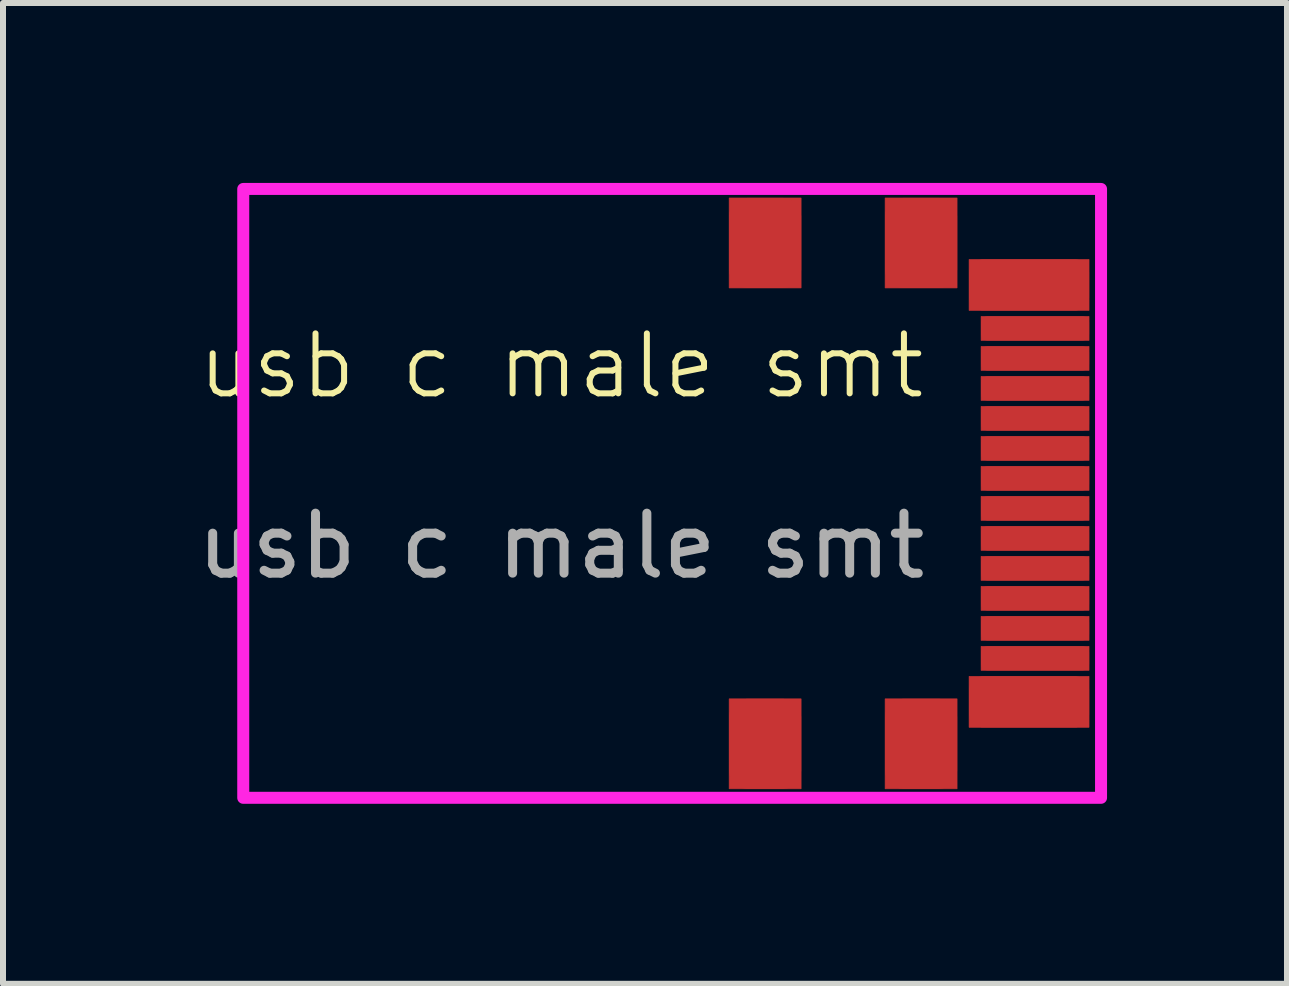
<source format=kicad_pcb>
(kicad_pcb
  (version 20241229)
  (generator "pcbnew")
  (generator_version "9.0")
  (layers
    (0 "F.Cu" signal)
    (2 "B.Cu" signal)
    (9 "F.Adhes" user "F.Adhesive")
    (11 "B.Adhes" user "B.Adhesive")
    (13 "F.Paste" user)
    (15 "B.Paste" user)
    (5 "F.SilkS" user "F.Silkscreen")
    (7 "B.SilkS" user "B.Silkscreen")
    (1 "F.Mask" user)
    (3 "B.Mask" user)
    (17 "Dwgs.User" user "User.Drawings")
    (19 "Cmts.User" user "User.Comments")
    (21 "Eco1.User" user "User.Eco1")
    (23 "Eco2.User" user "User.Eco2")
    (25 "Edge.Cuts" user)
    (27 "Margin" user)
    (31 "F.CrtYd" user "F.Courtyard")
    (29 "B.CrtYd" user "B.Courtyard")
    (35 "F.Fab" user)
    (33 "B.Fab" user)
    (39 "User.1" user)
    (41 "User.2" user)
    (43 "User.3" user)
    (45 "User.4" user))
  (footprint "usb c male smt"
    (layer "F.Cu")
    (at 8.505 0.25)
    (property "Reference" "usb c male smt" (at -2.2 2.8 0) (unlocked yes) (layer "F.SilkS") (effects (font (size 1 1) (thickness 0.1))))
    (attr smd)
    (fp_rect (start 0.6 0) (end 1.8 1.5) (stroke (width 0.01) (type solid)) (fill yes) (layer "F.Cu"))
    (fp_rect (start 0.6 8.35) (end 1.8 9.85) (stroke (width 0.01) (type solid)) (fill yes) (layer "F.Cu"))
    (fp_rect (start 3.2 0) (end 4.4 1.5) (stroke (width 0.01) (type solid)) (fill yes) (layer "F.Cu"))
    (fp_rect (start 3.2 8.35) (end 4.4 9.85) (stroke (width 0.01) (type solid)) (fill yes) (layer "F.Cu"))
    (fp_rect (start 4.6 1.875) (end 6.6 1.025) (stroke (width 0.01) (type solid)) (fill yes) (layer "F.Cu"))
    (fp_rect (start 4.6 8.825) (end 6.6 7.975) (stroke (width 0.01) (type solid)) (fill yes) (layer "F.Cu"))
    (fp_rect (start 4.8 1.975) (end 6.6 2.375) (stroke (width 0.01) (type solid)) (fill yes) (layer "F.Cu"))
    (fp_rect (start 4.8 2.475) (end 6.6 2.875) (stroke (width 0.01) (type solid)) (fill yes) (layer "F.Cu"))
    (fp_rect (start 4.8 2.975) (end 6.6 3.375) (stroke (width 0.01) (type solid)) (fill yes) (layer "F.Cu"))
    (fp_rect (start 4.8 3.475) (end 6.6 3.875) (stroke (width 0.01) (type solid)) (fill yes) (layer "F.Cu"))
    (fp_rect (start 4.8 3.975) (end 6.6 4.375) (stroke (width 0.01) (type solid)) (fill yes) (layer "F.Cu"))
    (fp_rect (start 4.8 4.475) (end 6.6 4.875) (stroke (width 0.01) (type solid)) (fill yes) (layer "F.Cu"))
    (fp_rect (start 4.8 4.975) (end 6.6 5.375) (stroke (width 0.01) (type solid)) (fill yes) (layer "F.Cu"))
    (fp_rect (start 4.8 5.475) (end 6.6 5.875) (stroke (width 0.01) (type solid)) (fill yes) (layer "F.Cu"))
    (fp_rect (start 4.8 5.975) (end 6.6 6.375) (stroke (width 0.01) (type solid)) (fill yes) (layer "F.Cu"))
    (fp_rect (start 4.8 6.475) (end 6.6 6.875) (stroke (width 0.01) (type solid)) (fill yes) (layer "F.Cu"))
    (fp_rect (start 4.8 6.975) (end 6.6 7.375) (stroke (width 0.01) (type solid)) (fill yes) (layer "F.Cu"))
    (fp_rect (start 4.8 7.475) (end 6.6 7.875) (stroke (width 0.01) (type solid)) (fill yes) (layer "F.Cu"))
    (fp_rect (start 0.6 0) (end 1.8 1.5) (stroke (width 0.01) (type solid)) (fill yes) (layer "F.Mask"))
    (fp_rect (start 0.6 8.35) (end 1.8 9.85) (stroke (width 0.01) (type solid)) (fill yes) (layer "F.Mask"))
    (fp_rect (start 3.2 0) (end 4.4 1.5) (stroke (width 0.01) (type solid)) (fill yes) (layer "F.Mask"))
    (fp_rect (start 3.2 8.35) (end 4.4 9.85) (stroke (width 0.01) (type solid)) (fill yes) (layer "F.Mask"))
    (fp_rect (start 4.6 1.875) (end 6.6 1.025) (stroke (width 0.01) (type solid)) (fill yes) (layer "F.Mask"))
    (fp_rect (start 4.6 8.825) (end 6.6 7.975) (stroke (width 0.01) (type solid)) (fill yes) (layer "F.Mask"))
    (fp_rect (start 4.8 1.975) (end 6.6 2.375) (stroke (width 0.01) (type solid)) (fill yes) (layer "F.Mask"))
    (fp_rect (start 4.8 2.475) (end 6.6 2.875) (stroke (width 0.01) (type solid)) (fill yes) (layer "F.Mask"))
    (fp_rect (start 4.8 2.975) (end 6.6 3.375) (stroke (width 0.01) (type solid)) (fill yes) (layer "F.Mask"))
    (fp_rect (start 4.8 3.475) (end 6.6 3.875) (stroke (width 0.01) (type solid)) (fill yes) (layer "F.Mask"))
    (fp_rect (start 4.8 3.975) (end 6.6 4.375) (stroke (width 0.01) (type solid)) (fill yes) (layer "F.Mask"))
    (fp_rect (start 4.8 4.475) (end 6.6 4.875) (stroke (width 0.01) (type solid)) (fill yes) (layer "F.Mask"))
    (fp_rect (start 4.8 4.975) (end 6.6 5.375) (stroke (width 0.01) (type solid)) (fill yes) (layer "F.Mask"))
    (fp_rect (start 4.8 5.475) (end 6.6 5.875) (stroke (width 0.01) (type solid)) (fill yes) (layer "F.Mask"))
    (fp_rect (start 4.8 5.975) (end 6.6 6.375) (stroke (width 0.01) (type solid)) (fill yes) (layer "F.Mask"))
    (fp_rect (start 4.8 6.475) (end 6.6 6.875) (stroke (width 0.01) (type solid)) (fill yes) (layer "F.Mask"))
    (fp_rect (start 4.8 6.975) (end 6.6 7.375) (stroke (width 0.01) (type solid)) (fill yes) (layer "F.Mask"))
    (fp_rect (start 4.8 7.475) (end 6.6 7.875) (stroke (width 0.01) (type solid)) (fill yes) (layer "F.Mask"))
    (fp_rect (start 0.6 0) (end 1.8 1.5) (stroke (width 0.01) (type solid)) (fill yes) (layer "F.Paste"))
    (fp_rect (start 0.6 8.35) (end 1.8 9.85) (stroke (width 0.01) (type solid)) (fill yes) (layer "F.Paste"))
    (fp_rect (start 3.2 0) (end 4.4 1.5) (stroke (width 0.01) (type solid)) (fill yes) (layer "F.Paste"))
    (fp_rect (start 3.2 8.35) (end 4.4 9.85) (stroke (width 0.01) (type solid)) (fill yes) (layer "F.Paste"))
    (fp_rect (start 4.6 1.875) (end 6.6 1.025) (stroke (width 0.01) (type solid)) (fill yes) (layer "F.Paste"))
    (fp_rect (start 4.6 8.825) (end 6.6 7.975) (stroke (width 0.01) (type solid)) (fill yes) (layer "F.Paste"))
    (fp_rect (start 4.8 1.975) (end 6.6 2.375) (stroke (width 0.01) (type solid)) (fill yes) (layer "F.Paste"))
    (fp_rect (start 4.8 2.475) (end 6.6 2.875) (stroke (width 0.01) (type solid)) (fill yes) (layer "F.Paste"))
    (fp_rect (start 4.8 2.975) (end 6.6 3.375) (stroke (width 0.01) (type solid)) (fill yes) (layer "F.Paste"))
    (fp_rect (start 4.8 3.475) (end 6.6 3.875) (stroke (width 0.01) (type solid)) (fill yes) (layer "F.Paste"))
    (fp_rect (start 4.8 3.975) (end 6.6 4.375) (stroke (width 0.01) (type solid)) (fill yes) (layer "F.Paste"))
    (fp_rect (start 4.8 4.475) (end 6.6 4.875) (stroke (width 0.01) (type solid)) (fill yes) (layer "F.Paste"))
    (fp_rect (start 4.8 4.975) (end 6.6 5.375) (stroke (width 0.01) (type solid)) (fill yes) (layer "F.Paste"))
    (fp_rect (start 4.8 5.475) (end 6.6 5.875) (stroke (width 0.01) (type solid)) (fill yes) (layer "F.Paste"))
    (fp_rect (start 4.8 5.975) (end 6.6 6.375) (stroke (width 0.01) (type solid)) (fill yes) (layer "F.Paste"))
    (fp_rect (start 4.8 6.475) (end 6.6 6.875) (stroke (width 0.01) (type solid)) (fill yes) (layer "F.Paste"))
    (fp_rect (start 4.8 6.975) (end 6.6 7.375) (stroke (width 0.01) (type solid)) (fill yes) (layer "F.Paste"))
    (fp_rect (start 4.8 7.475) (end 6.6 7.875) (stroke (width 0.01) (type solid)) (fill yes) (layer "F.Paste"))
    (fp_rect (start -7.5 -0.15) (end 6.8 10) (stroke (width 0.2) (type default)) (fill no) (layer "F.CrtYd"))
    (fp_line (start 1.5 4.85) (end -8.5 4.85) (stroke (width 0.01) (type default)) (layer "User.1"))
    (fp_text user "${REFERENCE}" (at -2.2 5.8 0) (unlocked yes) (layer "F.Fab") (effects (font (size 1 1) (thickness 0.15))))
    (pad "A1" smd roundrect (at 5.7 2.175) (size 1.8 0.4) (layers "F.Cu" "F.Mask" "F.Paste") (roundrect_rratio 0.25))
    (pad "A4" smd roundrect (at 5.7 3.675) (size 1.8 0.4) (layers "F.Cu" "F.Mask" "F.Paste") (roundrect_rratio 0.25))
    (pad "A5" smd roundrect (at 5.7 4.175) (size 1.8 0.4) (layers "F.Cu" "F.Mask" "F.Paste") (roundrect_rratio 0.25))
    (pad "A6" smd roundrect (at 5.7 4.675) (size 1.8 0.4) (layers "F.Cu" "F.Mask" "F.Paste") (roundrect_rratio 0.25))
    (pad "A7" smd roundrect (at 5.7 5.175) (size 1.8 0.4) (layers "F.Cu" "F.Mask" "F.Paste") (roundrect_rratio 0.25))
    (pad "A10" smd roundrect (at 5.7 6.675) (size 1.8 0.4) (layers "F.Cu" "F.Mask" "F.Paste") (roundrect_rratio 0.25))
    (pad "A11" smd roundrect (at 5.7 7.175) (size 1.8 0.4) (layers "F.Cu" "F.Mask" "F.Paste") (roundrect_rratio 0.25))
    (pad "B2" smd roundrect (at 5.7 7.675) (size 1.8 0.4) (layers "F.Cu" "F.Mask" "F.Paste") (roundrect_rratio 0.25))
    (pad "B3" smd roundrect (at 5.7 6.175) (size 1.8 0.4) (layers "F.Cu" "F.Mask" "F.Paste") (roundrect_rratio 0.25))
    (pad "B5" smd roundrect (at 5.7 5.675) (size 1.8 0.4) (layers "F.Cu" "F.Mask" "F.Paste") (roundrect_rratio 0.25))
    (pad "B9" smd roundrect (at 5.7 3.175) (size 1.8 0.4) (layers "F.Cu" "F.Mask" "F.Paste") (roundrect_rratio 0.25))
    (pad "B12" smd roundrect (at 5.7 2.675) (size 1.8 0.4) (layers "F.Cu" "F.Mask" "F.Paste") (roundrect_rratio 0.25))
    (pad "L1" smd roundrect (at 5.6 1.45) (size 2 0.85) (layers "F.Cu" "F.Mask" "F.Paste") (roundrect_rratio 0.25))
    (pad "L2" smd roundrect (at 5.6 8.4) (size 2 0.85) (layers "F.Cu" "F.Mask" "F.Paste") (roundrect_rratio 0.25))
    (pad "MH1" smd roundrect (at 3.8 0.75) (size 1.2 1.5) (layers "F.Cu" "F.Mask" "F.Paste") (roundrect_rratio 0.25))
    (pad "MH2" smd roundrect (at 1.2 0.75) (size 1.2 1.5) (layers "F.Cu" "F.Mask" "F.Paste") (roundrect_rratio 0.25))
    (pad "MH3" smd roundrect (at 3.8 9.1) (size 1.2 1.5) (layers "F.Cu" "F.Mask" "F.Paste") (roundrect_rratio 0.25))
    (pad "MH4" smd roundrect (at 1.2 9.1) (size 1.2 1.5) (layers "F.Cu" "F.Mask" "F.Paste") (roundrect_rratio 0.25)))
  (gr_rect
    (start -3 -3)
    (end 18.405 13.35)
    (stroke (width 0.1) (type default))
    (fill no)
    (layer "Edge.Cuts")))
</source>
